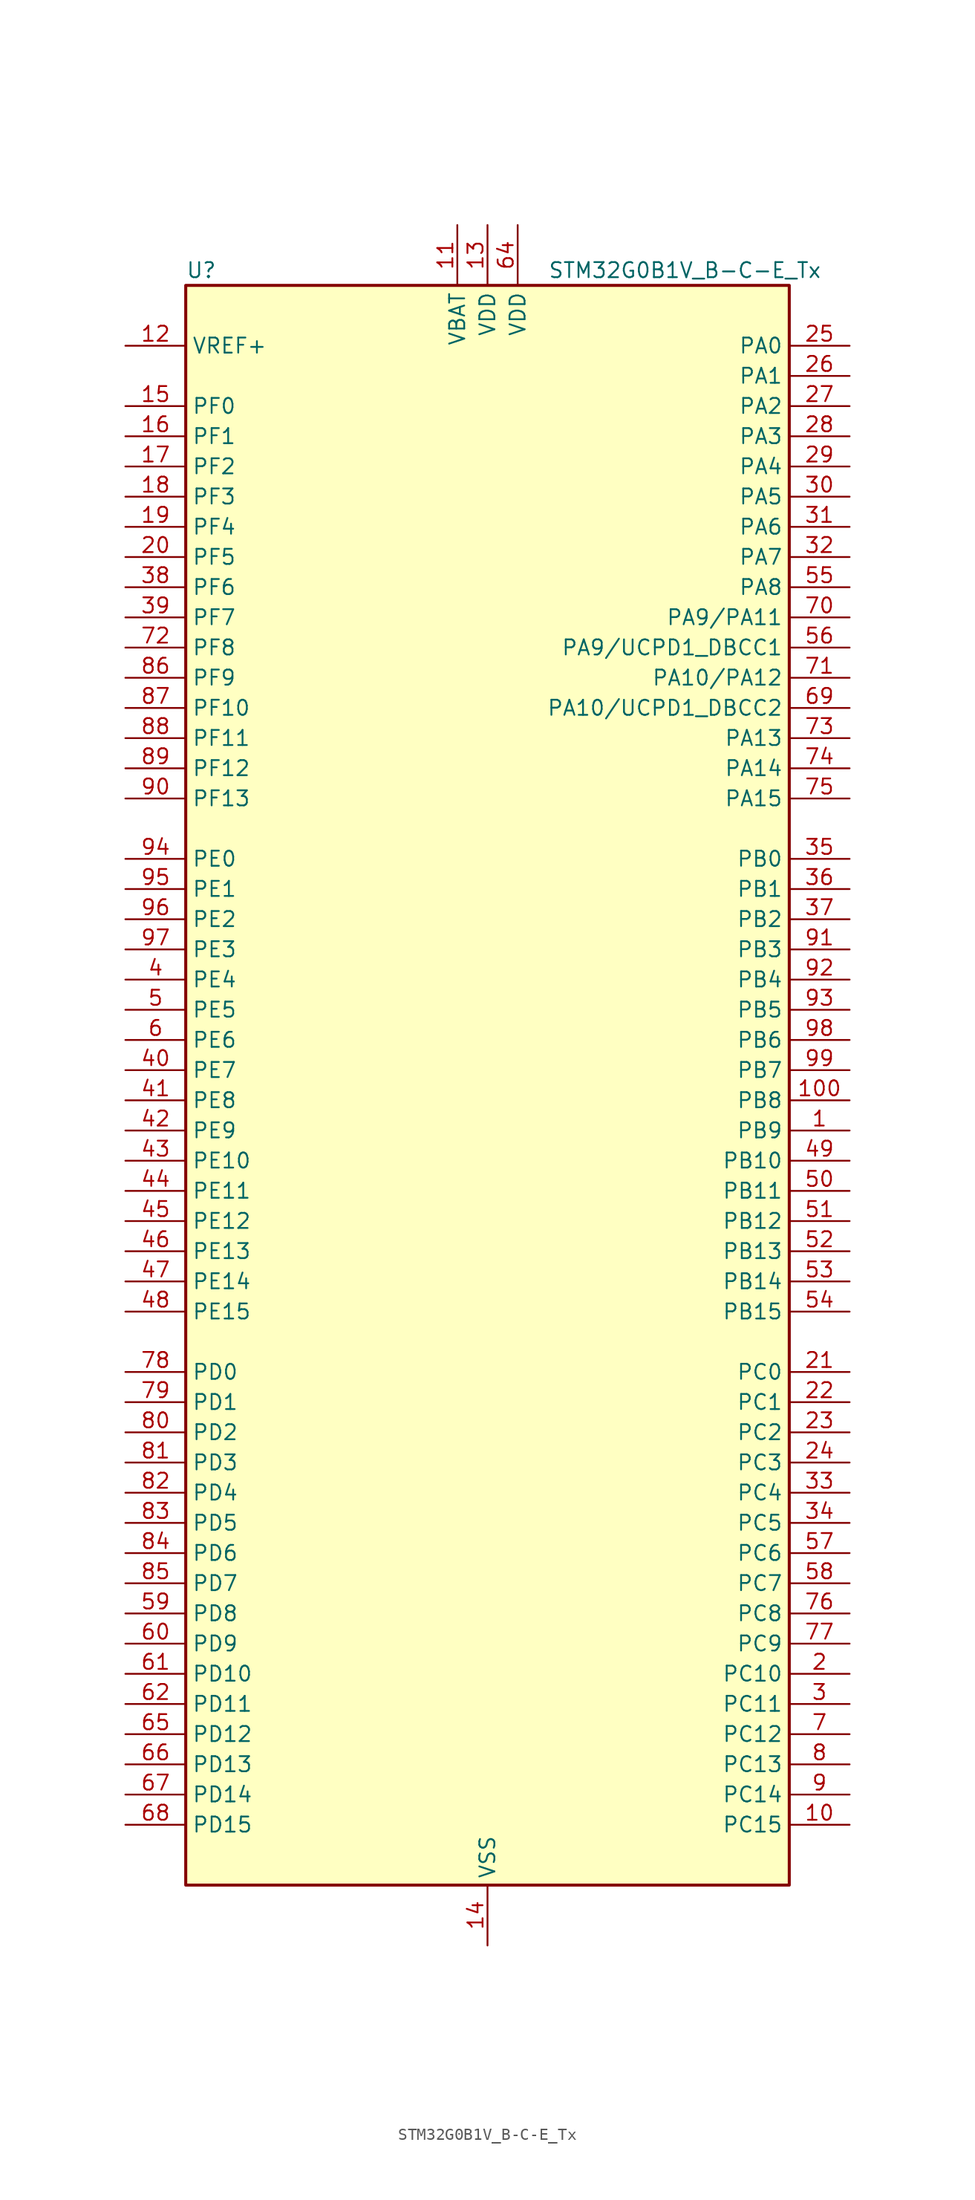
<source format=kicad_sym>
(kicad_symbol_lib
  (version 20231120)
  (generator "kicad-library-utils")
  (generator_version "8.0")
  (symbol "STM32G0B1V_B-C-E_Tx"
    (property "Reference" "U"
      (at -25.4 69.85 0)
      (effects (font (size 1.27 1.27)) (justify left)))
    (property "Value" "STM32G0B1V_B-C-E_Tx"
      (at 5.08 69.85 0)
      (effects (font (size 1.27 1.27)) (justify left)))
    (symbol "STM32G0B1V_B-C-E_Tx_0_1"
      (rectangle (start -25.4 -66.04) (end 25.4 68.58) (stroke (width 0.254) (type default)) (fill (type background))))
    (symbol "STM32G0B1V_B-C-E_Tx_1_1"
      (pin bidirectional line (at 30.48 -2.54 180) (length 5.08) (name "PB9" (effects (font (size 1.27 1.27)))) (number "1" (effects (font (size 1.27 1.27)))) (alternate "DAC1_EXTI9" bidirectional line) (alternate "FDCAN1_TX" bidirectional line) (alternate "I2C1_SDA" bidirectional line) (alternate "I2S2_WS" bidirectional line) (alternate "IR_OUT" bidirectional line) (alternate "SPI2_NSS" bidirectional line) (alternate "TIM17_CH1" bidirectional line) (alternate "TIM4_CH4" bidirectional line) (alternate "UCPD2_FRSTX1" bidirectional line) (alternate "UCPD2_FRSTX2" bidirectional line) (alternate "USART3_RX" bidirectional line) (alternate "USART6_RX" bidirectional line))
      (pin bidirectional line (at 30.48 -60.96 180) (length 5.08) (name "PC15" (effects (font (size 1.27 1.27)))) (number "10" (effects (font (size 1.27 1.27)))) (alternate "RCC_OSC32_EN" bidirectional line) (alternate "RCC_OSC32_OUT" bidirectional line) (alternate "RCC_OSC_EN" bidirectional line) (alternate "TIM15_BK" bidirectional line))
      (pin bidirectional line (at 30.48 0 180) (length 5.08) (name "PB8" (effects (font (size 1.27 1.27)))) (number "100" (effects (font (size 1.27 1.27)))) (alternate "CEC" bidirectional line) (alternate "FDCAN1_RX" bidirectional line) (alternate "I2C1_SCL" bidirectional line) (alternate "I2S2_CK" bidirectional line) (alternate "SPI2_SCK" bidirectional line) (alternate "TIM15_BK" bidirectional line) (alternate "TIM16_CH1" bidirectional line) (alternate "TIM4_CH3" bidirectional line) (alternate "USART3_TX" bidirectional line) (alternate "USART6_TX" bidirectional line))
      (pin power_in line (at -2.54 73.66 270) (length 5.08) (name "VBAT" (effects (font (size 1.27 1.27)))) (number "11" (effects (font (size 1.27 1.27)))))
      (pin input line (at -30.48 63.5 0) (length 5.08) (name "VREF+" (effects (font (size 1.27 1.27)))) (number "12" (effects (font (size 1.27 1.27)))) (alternate "VREFBUF_OUT" bidirectional line))
      (pin power_in line (at 0 73.66 270) (length 5.08) (name "VDD" (effects (font (size 1.27 1.27)))) (number "13" (effects (font (size 1.27 1.27)))))
      (pin power_in line (at 0 -71.12 90) (length 5.08) (name "VSS" (effects (font (size 1.27 1.27)))) (number "14" (effects (font (size 1.27 1.27)))))
      (pin bidirectional line (at -30.48 58.42 0) (length 5.08) (name "PF0" (effects (font (size 1.27 1.27)))) (number "15" (effects (font (size 1.27 1.27)))) (alternate "CRS1_SYNC" bidirectional line) (alternate "RCC_OSC_IN" bidirectional line) (alternate "TIM14_CH1" bidirectional line))
      (pin bidirectional line (at -30.48 55.88 0) (length 5.08) (name "PF1" (effects (font (size 1.27 1.27)))) (number "16" (effects (font (size 1.27 1.27)))) (alternate "RCC_OSC_EN" bidirectional line) (alternate "RCC_OSC_OUT" bidirectional line) (alternate "TIM15_CH1N" bidirectional line))
      (pin bidirectional line (at -30.48 53.34 0) (length 5.08) (name "PF2" (effects (font (size 1.27 1.27)))) (number "17" (effects (font (size 1.27 1.27)))) (alternate "LPUART2_DE" bidirectional line) (alternate "LPUART2_RTS" bidirectional line) (alternate "LPUART2_TX" bidirectional line) (alternate "RCC_MCO" bidirectional line))
      (pin bidirectional line (at -30.48 50.8 0) (length 5.08) (name "PF3" (effects (font (size 1.27 1.27)))) (number "18" (effects (font (size 1.27 1.27)))) (alternate "LPUART2_RX" bidirectional line) (alternate "USART6_CK" bidirectional line) (alternate "USART6_DE" bidirectional line) (alternate "USART6_RTS" bidirectional line))
      (pin bidirectional line (at -30.48 48.26 0) (length 5.08) (name "PF4" (effects (font (size 1.27 1.27)))) (number "19" (effects (font (size 1.27 1.27)))) (alternate "LPUART1_TX" bidirectional line))
      (pin bidirectional line (at 30.48 -48.26 180) (length 5.08) (name "PC10" (effects (font (size 1.27 1.27)))) (number "2" (effects (font (size 1.27 1.27)))) (alternate "SPI3_SCK" bidirectional line) (alternate "TIM1_CH3" bidirectional line) (alternate "USART3_TX" bidirectional line) (alternate "USART4_TX" bidirectional line))
      (pin bidirectional line (at -30.48 45.72 0) (length 5.08) (name "PF5" (effects (font (size 1.27 1.27)))) (number "20" (effects (font (size 1.27 1.27)))) (alternate "LPUART1_RX" bidirectional line))
      (pin bidirectional line (at 30.48 -22.86 180) (length 5.08) (name "PC0" (effects (font (size 1.27 1.27)))) (number "21" (effects (font (size 1.27 1.27)))) (alternate "COMP3_INM" bidirectional line) (alternate "COMP3_OUT" bidirectional line) (alternate "I2C3_SCL" bidirectional line) (alternate "LPTIM1_IN1" bidirectional line) (alternate "LPTIM2_IN1" bidirectional line) (alternate "LPUART1_RX" bidirectional line) (alternate "LPUART2_TX" bidirectional line) (alternate "USART6_TX" bidirectional line))
      (pin bidirectional line (at 30.48 -25.4 180) (length 5.08) (name "PC1" (effects (font (size 1.27 1.27)))) (number "22" (effects (font (size 1.27 1.27)))) (alternate "COMP3_INP" bidirectional line) (alternate "I2C3_SDA" bidirectional line) (alternate "LPTIM1_OUT" bidirectional line) (alternate "LPUART1_TX" bidirectional line) (alternate "LPUART2_RX" bidirectional line) (alternate "TIM15_CH1" bidirectional line) (alternate "USART6_RX" bidirectional line))
      (pin bidirectional line (at 30.48 -27.94 180) (length 5.08) (name "PC2" (effects (font (size 1.27 1.27)))) (number "23" (effects (font (size 1.27 1.27)))) (alternate "COMP3_OUT" bidirectional line) (alternate "FDCAN2_RX" bidirectional line) (alternate "I2S2_MCK" bidirectional line) (alternate "LPTIM1_IN2" bidirectional line) (alternate "SPI2_MISO" bidirectional line) (alternate "TIM15_CH2" bidirectional line))
      (pin bidirectional line (at 30.48 -30.48 180) (length 5.08) (name "PC3" (effects (font (size 1.27 1.27)))) (number "24" (effects (font (size 1.27 1.27)))) (alternate "FDCAN2_TX" bidirectional line) (alternate "I2S2_SD" bidirectional line) (alternate "LPTIM1_ETR" bidirectional line) (alternate "LPTIM2_ETR" bidirectional line) (alternate "SPI2_MOSI" bidirectional line))
      (pin bidirectional line (at 30.48 63.5 180) (length 5.08) (name "PA0" (effects (font (size 1.27 1.27)))) (number "25" (effects (font (size 1.27 1.27)))) (alternate "ADC1_IN0" bidirectional line) (alternate "COMP1_INM" bidirectional line) (alternate "COMP1_OUT" bidirectional line) (alternate "I2S2_CK" bidirectional line) (alternate "LPTIM1_OUT" bidirectional line) (alternate "RTC_TAMP_IN2" bidirectional line) (alternate "SPI2_SCK" bidirectional line) (alternate "SYS_WKUP1" bidirectional line) (alternate "TIM2_CH1" bidirectional line) (alternate "TIM2_ETR" bidirectional line) (alternate "UCPD2_FRSTX1" bidirectional line) (alternate "UCPD2_FRSTX2" bidirectional line) (alternate "USART2_CTS" bidirectional line) (alternate "USART2_NSS" bidirectional line) (alternate "USART4_TX" bidirectional line))
      (pin bidirectional line (at 30.48 60.96 180) (length 5.08) (name "PA1" (effects (font (size 1.27 1.27)))) (number "26" (effects (font (size 1.27 1.27)))) (alternate "ADC1_IN1" bidirectional line) (alternate "COMP1_INP" bidirectional line) (alternate "I2C1_SMBA" bidirectional line) (alternate "I2S1_CK" bidirectional line) (alternate "SPI1_SCK" bidirectional line) (alternate "TIM15_CH1N" bidirectional line) (alternate "TIM2_CH2" bidirectional line) (alternate "USART2_CK" bidirectional line) (alternate "USART2_DE" bidirectional line) (alternate "USART2_RTS" bidirectional line) (alternate "USART4_RX" bidirectional line))
      (pin bidirectional line (at 30.48 58.42 180) (length 5.08) (name "PA2" (effects (font (size 1.27 1.27)))) (number "27" (effects (font (size 1.27 1.27)))) (alternate "ADC1_IN2" bidirectional line) (alternate "COMP2_INM" bidirectional line) (alternate "COMP2_OUT" bidirectional line) (alternate "I2S1_SD" bidirectional line) (alternate "LPUART1_TX" bidirectional line) (alternate "RCC_LSCO" bidirectional line) (alternate "SPI1_MOSI" bidirectional line) (alternate "SYS_WKUP4" bidirectional line) (alternate "TIM15_CH1" bidirectional line) (alternate "TIM2_CH3" bidirectional line) (alternate "UCPD1_FRSTX1" bidirectional line) (alternate "UCPD1_FRSTX2" bidirectional line) (alternate "USART2_TX" bidirectional line))
      (pin bidirectional line (at 30.48 55.88 180) (length 5.08) (name "PA3" (effects (font (size 1.27 1.27)))) (number "28" (effects (font (size 1.27 1.27)))) (alternate "ADC1_IN3" bidirectional line) (alternate "COMP2_INP" bidirectional line) (alternate "I2S2_MCK" bidirectional line) (alternate "LPUART1_RX" bidirectional line) (alternate "SPI2_MISO" bidirectional line) (alternate "TIM15_CH2" bidirectional line) (alternate "TIM2_CH4" bidirectional line) (alternate "UCPD2_FRSTX1" bidirectional line) (alternate "UCPD2_FRSTX2" bidirectional line) (alternate "USART2_RX" bidirectional line))
      (pin bidirectional line (at 30.48 53.34 180) (length 5.08) (name "PA4" (effects (font (size 1.27 1.27)))) (number "29" (effects (font (size 1.27 1.27)))) (alternate "ADC1_IN4" bidirectional line) (alternate "DAC1_OUT1" bidirectional line) (alternate "I2S1_WS" bidirectional line) (alternate "I2S2_SD" bidirectional line) (alternate "LPTIM2_OUT" bidirectional line) (alternate "RTC_OUT2" bidirectional line) (alternate "SPI1_NSS" bidirectional line) (alternate "SPI2_MOSI" bidirectional line) (alternate "SPI3_NSS" bidirectional line) (alternate "TIM14_CH1" bidirectional line) (alternate "UCPD2_FRSTX1" bidirectional line) (alternate "UCPD2_FRSTX2" bidirectional line) (alternate "USART6_TX" bidirectional line) (alternate "USB_NOE" bidirectional line))
      (pin bidirectional line (at 30.48 -50.8 180) (length 5.08) (name "PC11" (effects (font (size 1.27 1.27)))) (number "3" (effects (font (size 1.27 1.27)))) (alternate "ADC1_EXTI11" bidirectional line) (alternate "SPI3_MISO" bidirectional line) (alternate "TIM1_CH4" bidirectional line) (alternate "USART3_RX" bidirectional line) (alternate "USART4_RX" bidirectional line))
      (pin bidirectional line (at 30.48 50.8 180) (length 5.08) (name "PA5" (effects (font (size 1.27 1.27)))) (number "30" (effects (font (size 1.27 1.27)))) (alternate "ADC1_IN5" bidirectional line) (alternate "CEC" bidirectional line) (alternate "DAC1_OUT2" bidirectional line) (alternate "I2S1_CK" bidirectional line) (alternate "LPTIM2_ETR" bidirectional line) (alternate "SPI1_SCK" bidirectional line) (alternate "TIM2_CH1" bidirectional line) (alternate "TIM2_ETR" bidirectional line) (alternate "UCPD1_FRSTX1" bidirectional line) (alternate "UCPD1_FRSTX2" bidirectional line) (alternate "USART3_TX" bidirectional line) (alternate "USART6_RX" bidirectional line))
      (pin bidirectional line (at 30.48 48.26 180) (length 5.08) (name "PA6" (effects (font (size 1.27 1.27)))) (number "31" (effects (font (size 1.27 1.27)))) (alternate "ADC1_IN6" bidirectional line) (alternate "COMP1_OUT" bidirectional line) (alternate "I2C2_SDA" bidirectional line) (alternate "I2C3_SDA" bidirectional line) (alternate "I2S1_MCK" bidirectional line) (alternate "LPUART1_CTS" bidirectional line) (alternate "SPI1_MISO" bidirectional line) (alternate "TIM16_CH1" bidirectional line) (alternate "TIM1_BK" bidirectional line) (alternate "TIM3_CH1" bidirectional line) (alternate "USART3_CTS" bidirectional line) (alternate "USART3_NSS" bidirectional line) (alternate "USART6_CTS" bidirectional line) (alternate "USART6_NSS" bidirectional line))
      (pin bidirectional line (at 30.48 45.72 180) (length 5.08) (name "PA7" (effects (font (size 1.27 1.27)))) (number "32" (effects (font (size 1.27 1.27)))) (alternate "ADC1_IN7" bidirectional line) (alternate "COMP2_OUT" bidirectional line) (alternate "I2C2_SCL" bidirectional line) (alternate "I2C3_SCL" bidirectional line) (alternate "I2S1_SD" bidirectional line) (alternate "SPI1_MOSI" bidirectional line) (alternate "TIM14_CH1" bidirectional line) (alternate "TIM17_CH1" bidirectional line) (alternate "TIM1_CH1N" bidirectional line) (alternate "TIM3_CH2" bidirectional line) (alternate "UCPD1_FRSTX1" bidirectional line) (alternate "UCPD1_FRSTX2" bidirectional line) (alternate "USART6_CK" bidirectional line) (alternate "USART6_DE" bidirectional line) (alternate "USART6_RTS" bidirectional line))
      (pin bidirectional line (at 30.48 -33.02 180) (length 5.08) (name "PC4" (effects (font (size 1.27 1.27)))) (number "33" (effects (font (size 1.27 1.27)))) (alternate "ADC1_IN17" bidirectional line) (alternate "COMP1_INM" bidirectional line) (alternate "FDCAN1_RX" bidirectional line) (alternate "TIM2_CH1" bidirectional line) (alternate "TIM2_ETR" bidirectional line) (alternate "USART1_TX" bidirectional line) (alternate "USART3_TX" bidirectional line))
      (pin bidirectional line (at 30.48 -35.56 180) (length 5.08) (name "PC5" (effects (font (size 1.27 1.27)))) (number "34" (effects (font (size 1.27 1.27)))) (alternate "ADC1_IN18" bidirectional line) (alternate "COMP1_INP" bidirectional line) (alternate "FDCAN1_TX" bidirectional line) (alternate "SYS_WKUP5" bidirectional line) (alternate "TIM2_CH2" bidirectional line) (alternate "USART1_RX" bidirectional line) (alternate "USART3_RX" bidirectional line))
      (pin bidirectional line (at 30.48 20.32 180) (length 5.08) (name "PB0" (effects (font (size 1.27 1.27)))) (number "35" (effects (font (size 1.27 1.27)))) (alternate "ADC1_IN8" bidirectional line) (alternate "COMP1_OUT" bidirectional line) (alternate "COMP3_INP" bidirectional line) (alternate "FDCAN2_RX" bidirectional line) (alternate "I2S1_WS" bidirectional line) (alternate "LPTIM1_OUT" bidirectional line) (alternate "LPUART2_CTS" bidirectional line) (alternate "SPI1_NSS" bidirectional line) (alternate "TIM1_CH2N" bidirectional line) (alternate "TIM3_CH3" bidirectional line) (alternate "UCPD1_FRSTX1" bidirectional line) (alternate "UCPD1_FRSTX2" bidirectional line) (alternate "USART3_RX" bidirectional line) (alternate "USART5_TX" bidirectional line))
      (pin bidirectional line (at 30.48 17.78 180) (length 5.08) (name "PB1" (effects (font (size 1.27 1.27)))) (number "36" (effects (font (size 1.27 1.27)))) (alternate "ADC1_IN9" bidirectional line) (alternate "COMP1_INM" bidirectional line) (alternate "COMP3_OUT" bidirectional line) (alternate "FDCAN2_TX" bidirectional line) (alternate "LPTIM2_IN1" bidirectional line) (alternate "LPUART1_DE" bidirectional line) (alternate "LPUART1_RTS" bidirectional line) (alternate "LPUART2_DE" bidirectional line) (alternate "LPUART2_RTS" bidirectional line) (alternate "TIM14_CH1" bidirectional line) (alternate "TIM1_CH3N" bidirectional line) (alternate "TIM3_CH4" bidirectional line) (alternate "USART3_CK" bidirectional line) (alternate "USART3_DE" bidirectional line) (alternate "USART3_RTS" bidirectional line) (alternate "USART5_RX" bidirectional line))
      (pin bidirectional line (at 30.48 15.24 180) (length 5.08) (name "PB2" (effects (font (size 1.27 1.27)))) (number "37" (effects (font (size 1.27 1.27)))) (alternate "ADC1_IN10" bidirectional line) (alternate "COMP1_INP" bidirectional line) (alternate "COMP3_INM" bidirectional line) (alternate "I2S2_MCK" bidirectional line) (alternate "LPTIM1_OUT" bidirectional line) (alternate "RCC_MCO_2" bidirectional line) (alternate "SPI2_MISO" bidirectional line) (alternate "USART3_TX" bidirectional line))
      (pin bidirectional line (at -30.48 43.18 0) (length 5.08) (name "PF6" (effects (font (size 1.27 1.27)))) (number "38" (effects (font (size 1.27 1.27)))) (alternate "LPUART1_DE" bidirectional line) (alternate "LPUART1_RTS" bidirectional line))
      (pin bidirectional line (at -30.48 40.64 0) (length 5.08) (name "PF7" (effects (font (size 1.27 1.27)))) (number "39" (effects (font (size 1.27 1.27)))) (alternate "LPUART1_CTS" bidirectional line) (alternate "USART5_CTS" bidirectional line) (alternate "USART5_NSS" bidirectional line))
      (pin bidirectional line (at -30.48 10.16 0) (length 5.08) (name "PE4" (effects (font (size 1.27 1.27)))) (number "4" (effects (font (size 1.27 1.27)))) (alternate "TIM3_CH2" bidirectional line))
      (pin bidirectional line (at -30.48 2.54 0) (length 5.08) (name "PE7" (effects (font (size 1.27 1.27)))) (number "40" (effects (font (size 1.27 1.27)))) (alternate "COMP3_INP" bidirectional line) (alternate "TIM1_ETR" bidirectional line) (alternate "USART5_CK" bidirectional line) (alternate "USART5_DE" bidirectional line) (alternate "USART5_RTS" bidirectional line))
      (pin bidirectional line (at -30.48 0 0) (length 5.08) (name "PE8" (effects (font (size 1.27 1.27)))) (number "41" (effects (font (size 1.27 1.27)))) (alternate "COMP3_INM" bidirectional line) (alternate "TIM1_CH1N" bidirectional line) (alternate "USART4_TX" bidirectional line))
      (pin bidirectional line (at -30.48 -2.54 0) (length 5.08) (name "PE9" (effects (font (size 1.27 1.27)))) (number "42" (effects (font (size 1.27 1.27)))) (alternate "DAC1_EXTI9" bidirectional line) (alternate "TIM1_CH1" bidirectional line) (alternate "USART4_RX" bidirectional line))
      (pin bidirectional line (at -30.48 -5.08 0) (length 5.08) (name "PE10" (effects (font (size 1.27 1.27)))) (number "43" (effects (font (size 1.27 1.27)))) (alternate "TIM1_CH2N" bidirectional line) (alternate "USART5_TX" bidirectional line))
      (pin bidirectional line (at -30.48 -7.62 0) (length 5.08) (name "PE11" (effects (font (size 1.27 1.27)))) (number "44" (effects (font (size 1.27 1.27)))) (alternate "ADC1_EXTI11" bidirectional line) (alternate "TIM1_CH2" bidirectional line) (alternate "USART5_RX" bidirectional line))
      (pin bidirectional line (at -30.48 -10.16 0) (length 5.08) (name "PE12" (effects (font (size 1.27 1.27)))) (number "45" (effects (font (size 1.27 1.27)))) (alternate "I2S1_WS" bidirectional line) (alternate "SPI1_NSS" bidirectional line) (alternate "TIM1_CH3N" bidirectional line))
      (pin bidirectional line (at -30.48 -12.7 0) (length 5.08) (name "PE13" (effects (font (size 1.27 1.27)))) (number "46" (effects (font (size 1.27 1.27)))) (alternate "I2S1_CK" bidirectional line) (alternate "SPI1_SCK" bidirectional line) (alternate "TIM1_CH3" bidirectional line))
      (pin bidirectional line (at -30.48 -15.24 0) (length 5.08) (name "PE14" (effects (font (size 1.27 1.27)))) (number "47" (effects (font (size 1.27 1.27)))) (alternate "I2S1_MCK" bidirectional line) (alternate "SPI1_MISO" bidirectional line) (alternate "TIM1_BK2" bidirectional line) (alternate "TIM1_CH4" bidirectional line))
      (pin bidirectional line (at -30.48 -17.78 0) (length 5.08) (name "PE15" (effects (font (size 1.27 1.27)))) (number "48" (effects (font (size 1.27 1.27)))) (alternate "I2S1_SD" bidirectional line) (alternate "SPI1_MOSI" bidirectional line) (alternate "TIM1_BK" bidirectional line))
      (pin bidirectional line (at 30.48 -5.08 180) (length 5.08) (name "PB10" (effects (font (size 1.27 1.27)))) (number "49" (effects (font (size 1.27 1.27)))) (alternate "ADC1_IN11" bidirectional line) (alternate "CEC" bidirectional line) (alternate "COMP1_OUT" bidirectional line) (alternate "I2C2_SCL" bidirectional line) (alternate "I2S2_CK" bidirectional line) (alternate "LPUART1_RX" bidirectional line) (alternate "SPI2_SCK" bidirectional line) (alternate "TIM2_CH3" bidirectional line) (alternate "USART3_TX" bidirectional line))
      (pin bidirectional line (at -30.48 7.62 0) (length 5.08) (name "PE5" (effects (font (size 1.27 1.27)))) (number "5" (effects (font (size 1.27 1.27)))) (alternate "TIM3_CH3" bidirectional line))
      (pin bidirectional line (at 30.48 -7.62 180) (length 5.08) (name "PB11" (effects (font (size 1.27 1.27)))) (number "50" (effects (font (size 1.27 1.27)))) (alternate "ADC1_EXTI11" bidirectional line) (alternate "ADC1_IN15" bidirectional line) (alternate "COMP2_OUT" bidirectional line) (alternate "I2C2_SDA" bidirectional line) (alternate "I2S2_SD" bidirectional line) (alternate "LPUART1_TX" bidirectional line) (alternate "SPI2_MOSI" bidirectional line) (alternate "TIM2_CH4" bidirectional line) (alternate "USART3_RX" bidirectional line))
      (pin bidirectional line (at 30.48 -10.16 180) (length 5.08) (name "PB12" (effects (font (size 1.27 1.27)))) (number "51" (effects (font (size 1.27 1.27)))) (alternate "ADC1_IN16" bidirectional line) (alternate "FDCAN2_RX" bidirectional line) (alternate "I2C2_SMBA" bidirectional line) (alternate "I2S2_WS" bidirectional line) (alternate "LPUART1_DE" bidirectional line) (alternate "LPUART1_RTS" bidirectional line) (alternate "SPI2_NSS" bidirectional line) (alternate "TIM15_BK" bidirectional line) (alternate "TIM1_BK" bidirectional line) (alternate "UCPD2_FRSTX1" bidirectional line) (alternate "UCPD2_FRSTX2" bidirectional line))
      (pin bidirectional line (at 30.48 -12.7 180) (length 5.08) (name "PB13" (effects (font (size 1.27 1.27)))) (number "52" (effects (font (size 1.27 1.27)))) (alternate "FDCAN2_TX" bidirectional line) (alternate "I2C2_SCL" bidirectional line) (alternate "I2S2_CK" bidirectional line) (alternate "LPUART1_CTS" bidirectional line) (alternate "SPI2_SCK" bidirectional line) (alternate "TIM15_CH1N" bidirectional line) (alternate "TIM1_CH1N" bidirectional line) (alternate "USART3_CTS" bidirectional line) (alternate "USART3_NSS" bidirectional line))
      (pin bidirectional line (at 30.48 -15.24 180) (length 5.08) (name "PB14" (effects (font (size 1.27 1.27)))) (number "53" (effects (font (size 1.27 1.27)))) (alternate "I2C2_SDA" bidirectional line) (alternate "I2S2_MCK" bidirectional line) (alternate "SPI2_MISO" bidirectional line) (alternate "TIM15_CH1" bidirectional line) (alternate "TIM1_CH2N" bidirectional line) (alternate "UCPD1_FRSTX1" bidirectional line) (alternate "UCPD1_FRSTX2" bidirectional line) (alternate "USART3_CK" bidirectional line) (alternate "USART3_DE" bidirectional line) (alternate "USART3_RTS" bidirectional line) (alternate "USART6_CK" bidirectional line) (alternate "USART6_DE" bidirectional line) (alternate "USART6_RTS" bidirectional line))
      (pin bidirectional line (at 30.48 -17.78 180) (length 5.08) (name "PB15" (effects (font (size 1.27 1.27)))) (number "54" (effects (font (size 1.27 1.27)))) (alternate "I2S2_SD" bidirectional line) (alternate "RTC_REFIN" bidirectional line) (alternate "SPI2_MOSI" bidirectional line) (alternate "TIM15_CH1N" bidirectional line) (alternate "TIM15_CH2" bidirectional line) (alternate "TIM1_CH3N" bidirectional line) (alternate "UCPD1_CC2" bidirectional line) (alternate "USART6_CTS" bidirectional line) (alternate "USART6_NSS" bidirectional line))
      (pin bidirectional line (at 30.48 43.18 180) (length 5.08) (name "PA8" (effects (font (size 1.27 1.27)))) (number "55" (effects (font (size 1.27 1.27)))) (alternate "CRS1_SYNC" bidirectional line) (alternate "I2C2_SMBA" bidirectional line) (alternate "I2S2_WS" bidirectional line) (alternate "LPTIM2_OUT" bidirectional line) (alternate "RCC_MCO" bidirectional line) (alternate "SPI2_NSS" bidirectional line) (alternate "TIM1_CH1" bidirectional line) (alternate "UCPD1_CC1" bidirectional line))
      (pin bidirectional line (at 30.48 38.1 180) (length 5.08) (name "PA9/UCPD1_DBCC1" (effects (font (size 1.27 1.27)))) (number "56" (effects (font (size 1.27 1.27)))) (alternate "PA9" bidirectional line) (alternate "DAC1_EXTI9 (PA9)" bidirectional line) (alternate "I2C1_SCL (PA9)" bidirectional line) (alternate "I2C2_SCL (PA9)" bidirectional line) (alternate "I2S2_MCK (PA9)" bidirectional line) (alternate "RCC_MCO (PA9)" bidirectional line) (alternate "SPI2_MISO (PA9)" bidirectional line) (alternate "TIM15_BK (PA9)" bidirectional line) (alternate "TIM1_CH2 (PA9)" bidirectional line) (alternate "UCPD1_DBCC1 (PA9)" bidirectional line) (alternate "USART1_TX (PA9)" bidirectional line) (alternate "UCPD1_DBCC1" bidirectional line) (alternate "UCPD1_DBCC1 (UCPD1_DBCC1)" bidirectional line))
      (pin bidirectional line (at 30.48 -38.1 180) (length 5.08) (name "PC6" (effects (font (size 1.27 1.27)))) (number "57" (effects (font (size 1.27 1.27)))) (alternate "LPUART2_TX" bidirectional line) (alternate "TIM2_CH3" bidirectional line) (alternate "TIM3_CH1" bidirectional line) (alternate "UCPD1_FRSTX1" bidirectional line) (alternate "UCPD1_FRSTX2" bidirectional line))
      (pin bidirectional line (at 30.48 -40.64 180) (length 5.08) (name "PC7" (effects (font (size 1.27 1.27)))) (number "58" (effects (font (size 1.27 1.27)))) (alternate "LPUART2_RX" bidirectional line) (alternate "TIM2_CH4" bidirectional line) (alternate "TIM3_CH2" bidirectional line) (alternate "UCPD2_FRSTX1" bidirectional line) (alternate "UCPD2_FRSTX2" bidirectional line))
      (pin bidirectional line (at -30.48 -43.18 0) (length 5.08) (name "PD8" (effects (font (size 1.27 1.27)))) (number "59" (effects (font (size 1.27 1.27)))) (alternate "I2S1_CK" bidirectional line) (alternate "LPTIM1_OUT" bidirectional line) (alternate "SPI1_SCK" bidirectional line) (alternate "USART3_TX" bidirectional line))
      (pin bidirectional line (at -30.48 5.08 0) (length 5.08) (name "PE6" (effects (font (size 1.27 1.27)))) (number "6" (effects (font (size 1.27 1.27)))) (alternate "RTC_TAMP_IN3" bidirectional line) (alternate "SYS_WKUP3" bidirectional line) (alternate "TIM3_CH4" bidirectional line))
      (pin bidirectional line (at -30.48 -45.72 0) (length 5.08) (name "PD9" (effects (font (size 1.27 1.27)))) (number "60" (effects (font (size 1.27 1.27)))) (alternate "DAC1_EXTI9" bidirectional line) (alternate "I2S1_WS" bidirectional line) (alternate "SPI1_NSS" bidirectional line) (alternate "TIM1_BK2" bidirectional line) (alternate "USART3_RX" bidirectional line))
      (pin bidirectional line (at -30.48 -48.26 0) (length 5.08) (name "PD10" (effects (font (size 1.27 1.27)))) (number "61" (effects (font (size 1.27 1.27)))) (alternate "RCC_MCO" bidirectional line))
      (pin bidirectional line (at -30.48 -50.8 0) (length 5.08) (name "PD11" (effects (font (size 1.27 1.27)))) (number "62" (effects (font (size 1.27 1.27)))) (alternate "ADC1_EXTI11" bidirectional line) (alternate "LPTIM2_ETR" bidirectional line) (alternate "USART3_CTS" bidirectional line) (alternate "USART3_NSS" bidirectional line))
      (pin passive line (at 0 -71.12 90) (length 5.08) hide (name "VSS" (effects (font (size 1.27 1.27)))) (number "63" (effects (font (size 1.27 1.27)))))
      (pin power_in line (at 2.54 73.66 270) (length 5.08) (name "VDD" (effects (font (size 1.27 1.27)))) (number "64" (effects (font (size 1.27 1.27)))))
      (pin bidirectional line (at -30.48 -53.34 0) (length 5.08) (name "PD12" (effects (font (size 1.27 1.27)))) (number "65" (effects (font (size 1.27 1.27)))) (alternate "FDCAN1_RX" bidirectional line) (alternate "LPTIM2_IN1" bidirectional line) (alternate "TIM4_CH1" bidirectional line) (alternate "USART3_CK" bidirectional line) (alternate "USART3_DE" bidirectional line) (alternate "USART3_RTS" bidirectional line))
      (pin bidirectional line (at -30.48 -55.88 0) (length 5.08) (name "PD13" (effects (font (size 1.27 1.27)))) (number "66" (effects (font (size 1.27 1.27)))) (alternate "FDCAN1_TX" bidirectional line) (alternate "LPTIM2_OUT" bidirectional line) (alternate "TIM4_CH2" bidirectional line))
      (pin bidirectional line (at -30.48 -58.42 0) (length 5.08) (name "PD14" (effects (font (size 1.27 1.27)))) (number "67" (effects (font (size 1.27 1.27)))) (alternate "FDCAN2_RX" bidirectional line) (alternate "LPUART2_CTS" bidirectional line) (alternate "TIM4_CH3" bidirectional line))
      (pin bidirectional line (at -30.48 -60.96 0) (length 5.08) (name "PD15" (effects (font (size 1.27 1.27)))) (number "68" (effects (font (size 1.27 1.27)))) (alternate "CRS1_SYNC" bidirectional line) (alternate "FDCAN2_TX" bidirectional line) (alternate "LPUART2_DE" bidirectional line) (alternate "LPUART2_RTS" bidirectional line) (alternate "TIM4_CH4" bidirectional line))
      (pin bidirectional line (at 30.48 33.02 180) (length 5.08) (name "PA10/UCPD1_DBCC2" (effects (font (size 1.27 1.27)))) (number "69" (effects (font (size 1.27 1.27)))) (alternate "PA10" bidirectional line) (alternate "I2C1_SDA (PA10)" bidirectional line) (alternate "I2C2_SDA (PA10)" bidirectional line) (alternate "I2S2_SD (PA10)" bidirectional line) (alternate "RCC_MCO_2 (PA10)" bidirectional line) (alternate "SPI2_MOSI (PA10)" bidirectional line) (alternate "TIM17_BK (PA10)" bidirectional line) (alternate "TIM1_CH3 (PA10)" bidirectional line) (alternate "UCPD1_DBCC2 (PA10)" bidirectional line) (alternate "USART1_RX (PA10)" bidirectional line) (alternate "UCPD1_DBCC2" bidirectional line) (alternate "UCPD1_DBCC2 (UCPD1_DBCC2)" bidirectional line))
      (pin bidirectional line (at 30.48 -53.34 180) (length 5.08) (name "PC12" (effects (font (size 1.27 1.27)))) (number "7" (effects (font (size 1.27 1.27)))) (alternate "LPTIM1_IN1" bidirectional line) (alternate "SPI3_MOSI" bidirectional line) (alternate "TIM14_CH1" bidirectional line) (alternate "UCPD1_FRSTX1" bidirectional line) (alternate "UCPD1_FRSTX2" bidirectional line) (alternate "USART5_TX" bidirectional line))
      (pin bidirectional line (at 30.48 40.64 180) (length 5.08) (name "PA9/PA11" (effects (font (size 1.27 1.27)))) (number "70" (effects (font (size 1.27 1.27)))) (alternate "PA9" bidirectional line) (alternate "DAC1_EXTI9 (PA9)" bidirectional line) (alternate "I2C1_SCL (PA9)" bidirectional line) (alternate "I2C2_SCL (PA9)" bidirectional line) (alternate "I2S2_MCK (PA9)" bidirectional line) (alternate "RCC_MCO (PA9)" bidirectional line) (alternate "SPI2_MISO (PA9)" bidirectional line) (alternate "TIM15_BK (PA9)" bidirectional line) (alternate "TIM1_CH2 (PA9)" bidirectional line) (alternate "UCPD1_DBCC1 (PA9)" bidirectional line) (alternate "USART1_TX (PA9)" bidirectional line) (alternate "PA11" bidirectional line) (alternate "ADC1_EXTI11 (PA11)" bidirectional line) (alternate "COMP1_OUT (PA11)" bidirectional line) (alternate "FDCAN1_RX (PA11)" bidirectional line) (alternate "I2C2_SCL (PA11)" bidirectional line) (alternate "I2S1_MCK (PA11)" bidirectional line) (alternate "SPI1_MISO (PA11)" bidirectional line) (alternate "TIM1_BK2 (PA11)" bidirectional line) (alternate "TIM1_CH4 (PA11)" bidirectional line) (alternate "USART1_CTS (PA11)" bidirectional line) (alternate "USART1_NSS (PA11)" bidirectional line) (alternate "USB_DM (PA11)" bidirectional line))
      (pin bidirectional line (at 30.48 35.56 180) (length 5.08) (name "PA10/PA12" (effects (font (size 1.27 1.27)))) (number "71" (effects (font (size 1.27 1.27)))) (alternate "PA10" bidirectional line) (alternate "I2C1_SDA (PA10)" bidirectional line) (alternate "I2C2_SDA (PA10)" bidirectional line) (alternate "I2S2_SD (PA10)" bidirectional line) (alternate "RCC_MCO_2 (PA10)" bidirectional line) (alternate "SPI2_MOSI (PA10)" bidirectional line) (alternate "TIM17_BK (PA10)" bidirectional line) (alternate "TIM1_CH3 (PA10)" bidirectional line) (alternate "UCPD1_DBCC2 (PA10)" bidirectional line) (alternate "USART1_RX (PA10)" bidirectional line) (alternate "PA12" bidirectional line) (alternate "COMP2_OUT (PA12)" bidirectional line) (alternate "FDCAN1_TX (PA12)" bidirectional line) (alternate "I2C2_SDA (PA12)" bidirectional line) (alternate "I2S1_SD (PA12)" bidirectional line) (alternate "I2S_CKIN (PA12)" bidirectional line) (alternate "SPI1_MOSI (PA12)" bidirectional line) (alternate "TIM1_ETR (PA12)" bidirectional line) (alternate "USART1_CK (PA12)" bidirectional line) (alternate "USART1_DE (PA12)" bidirectional line) (alternate "USART1_RTS (PA12)" bidirectional line) (alternate "USB_DP (PA12)" bidirectional line))
      (pin bidirectional line (at -30.48 38.1 0) (length 5.08) (name "PF8" (effects (font (size 1.27 1.27)))) (number "72" (effects (font (size 1.27 1.27)))))
      (pin bidirectional line (at 30.48 30.48 180) (length 5.08) (name "PA13" (effects (font (size 1.27 1.27)))) (number "73" (effects (font (size 1.27 1.27)))) (alternate "IR_OUT" bidirectional line) (alternate "LPUART2_RX" bidirectional line) (alternate "SYS_SWDIO" bidirectional line) (alternate "USB_NOE" bidirectional line))
      (pin bidirectional line (at 30.48 27.94 180) (length 5.08) (name "PA14" (effects (font (size 1.27 1.27)))) (number "74" (effects (font (size 1.27 1.27)))) (alternate "LPUART2_TX" bidirectional line) (alternate "SYS_SWCLK" bidirectional line) (alternate "USART2_TX" bidirectional line))
      (pin bidirectional line (at 30.48 25.4 180) (length 5.08) (name "PA15" (effects (font (size 1.27 1.27)))) (number "75" (effects (font (size 1.27 1.27)))) (alternate "I2C2_SMBA" bidirectional line) (alternate "I2S1_WS" bidirectional line) (alternate "RCC_MCO_2" bidirectional line) (alternate "SPI1_NSS" bidirectional line) (alternate "SPI3_NSS" bidirectional line) (alternate "TIM2_CH1" bidirectional line) (alternate "TIM2_ETR" bidirectional line) (alternate "USART2_RX" bidirectional line) (alternate "USART3_CK" bidirectional line) (alternate "USART3_DE" bidirectional line) (alternate "USART3_RTS" bidirectional line) (alternate "USART4_CK" bidirectional line) (alternate "USART4_DE" bidirectional line) (alternate "USART4_RTS" bidirectional line) (alternate "USB_NOE" bidirectional line))
      (pin bidirectional line (at 30.48 -43.18 180) (length 5.08) (name "PC8" (effects (font (size 1.27 1.27)))) (number "76" (effects (font (size 1.27 1.27)))) (alternate "LPUART2_CTS" bidirectional line) (alternate "TIM1_CH1" bidirectional line) (alternate "TIM3_CH3" bidirectional line) (alternate "UCPD2_FRSTX1" bidirectional line) (alternate "UCPD2_FRSTX2" bidirectional line))
      (pin bidirectional line (at 30.48 -45.72 180) (length 5.08) (name "PC9" (effects (font (size 1.27 1.27)))) (number "77" (effects (font (size 1.27 1.27)))) (alternate "DAC1_EXTI9" bidirectional line) (alternate "I2S_CKIN" bidirectional line) (alternate "LPUART2_DE" bidirectional line) (alternate "LPUART2_RTS" bidirectional line) (alternate "TIM1_CH2" bidirectional line) (alternate "TIM3_CH4" bidirectional line) (alternate "USB_NOE" bidirectional line))
      (pin bidirectional line (at -30.48 -22.86 0) (length 5.08) (name "PD0" (effects (font (size 1.27 1.27)))) (number "78" (effects (font (size 1.27 1.27)))) (alternate "FDCAN1_RX" bidirectional line) (alternate "I2S2_WS" bidirectional line) (alternate "SPI2_NSS" bidirectional line) (alternate "TIM16_CH1" bidirectional line) (alternate "UCPD2_CC1" bidirectional line))
      (pin bidirectional line (at -30.48 -25.4 0) (length 5.08) (name "PD1" (effects (font (size 1.27 1.27)))) (number "79" (effects (font (size 1.27 1.27)))) (alternate "FDCAN1_TX" bidirectional line) (alternate "I2S2_CK" bidirectional line) (alternate "SPI2_SCK" bidirectional line) (alternate "TIM17_CH1" bidirectional line) (alternate "UCPD2_DBCC1" bidirectional line))
      (pin bidirectional line (at 30.48 -55.88 180) (length 5.08) (name "PC13" (effects (font (size 1.27 1.27)))) (number "8" (effects (font (size 1.27 1.27)))) (alternate "RTC_OUT1" bidirectional line) (alternate "RTC_TAMP_IN1" bidirectional line) (alternate "RTC_TS" bidirectional line) (alternate "SYS_WKUP2" bidirectional line) (alternate "TIM1_BK" bidirectional line))
      (pin bidirectional line (at -30.48 -27.94 0) (length 5.08) (name "PD2" (effects (font (size 1.27 1.27)))) (number "80" (effects (font (size 1.27 1.27)))) (alternate "TIM1_CH1N" bidirectional line) (alternate "TIM3_ETR" bidirectional line) (alternate "UCPD2_CC2" bidirectional line) (alternate "USART3_CK" bidirectional line) (alternate "USART3_DE" bidirectional line) (alternate "USART3_RTS" bidirectional line) (alternate "USART5_RX" bidirectional line))
      (pin bidirectional line (at -30.48 -30.48 0) (length 5.08) (name "PD3" (effects (font (size 1.27 1.27)))) (number "81" (effects (font (size 1.27 1.27)))) (alternate "I2S2_MCK" bidirectional line) (alternate "SPI2_MISO" bidirectional line) (alternate "TIM1_CH2N" bidirectional line) (alternate "UCPD2_DBCC2" bidirectional line) (alternate "USART2_CTS" bidirectional line) (alternate "USART2_NSS" bidirectional line) (alternate "USART5_TX" bidirectional line))
      (pin bidirectional line (at -30.48 -33.02 0) (length 5.08) (name "PD4" (effects (font (size 1.27 1.27)))) (number "82" (effects (font (size 1.27 1.27)))) (alternate "I2S2_SD" bidirectional line) (alternate "SPI2_MOSI" bidirectional line) (alternate "TIM1_CH3N" bidirectional line) (alternate "USART2_CK" bidirectional line) (alternate "USART2_DE" bidirectional line) (alternate "USART2_RTS" bidirectional line) (alternate "USART5_CK" bidirectional line) (alternate "USART5_DE" bidirectional line) (alternate "USART5_RTS" bidirectional line))
      (pin bidirectional line (at -30.48 -35.56 0) (length 5.08) (name "PD5" (effects (font (size 1.27 1.27)))) (number "83" (effects (font (size 1.27 1.27)))) (alternate "I2S1_MCK" bidirectional line) (alternate "SPI1_MISO" bidirectional line) (alternate "TIM1_BK" bidirectional line) (alternate "USART2_TX" bidirectional line) (alternate "USART5_CTS" bidirectional line) (alternate "USART5_NSS" bidirectional line))
      (pin bidirectional line (at -30.48 -38.1 0) (length 5.08) (name "PD6" (effects (font (size 1.27 1.27)))) (number "84" (effects (font (size 1.27 1.27)))) (alternate "I2S1_SD" bidirectional line) (alternate "LPTIM2_OUT" bidirectional line) (alternate "SPI1_MOSI" bidirectional line) (alternate "USART2_RX" bidirectional line))
      (pin bidirectional line (at -30.48 -40.64 0) (length 5.08) (name "PD7" (effects (font (size 1.27 1.27)))) (number "85" (effects (font (size 1.27 1.27)))) (alternate "RCC_MCO_2" bidirectional line))
      (pin bidirectional line (at -30.48 35.56 0) (length 5.08) (name "PF9" (effects (font (size 1.27 1.27)))) (number "86" (effects (font (size 1.27 1.27)))) (alternate "DAC1_EXTI9" bidirectional line) (alternate "USART6_TX" bidirectional line))
      (pin bidirectional line (at -30.48 33.02 0) (length 5.08) (name "PF10" (effects (font (size 1.27 1.27)))) (number "87" (effects (font (size 1.27 1.27)))) (alternate "USART6_RX" bidirectional line))
      (pin bidirectional line (at -30.48 30.48 0) (length 5.08) (name "PF11" (effects (font (size 1.27 1.27)))) (number "88" (effects (font (size 1.27 1.27)))) (alternate "ADC1_EXTI11" bidirectional line) (alternate "USART6_CK" bidirectional line) (alternate "USART6_DE" bidirectional line) (alternate "USART6_RTS" bidirectional line))
      (pin bidirectional line (at -30.48 27.94 0) (length 5.08) (name "PF12" (effects (font (size 1.27 1.27)))) (number "89" (effects (font (size 1.27 1.27)))) (alternate "TIM15_CH1" bidirectional line) (alternate "USART6_CTS" bidirectional line) (alternate "USART6_NSS" bidirectional line))
      (pin bidirectional line (at 30.48 -58.42 180) (length 5.08) (name "PC14" (effects (font (size 1.27 1.27)))) (number "9" (effects (font (size 1.27 1.27)))) (alternate "RCC_OSC32_IN" bidirectional line) (alternate "TIM1_BK2" bidirectional line))
      (pin bidirectional line (at -30.48 25.4 0) (length 5.08) (name "PF13" (effects (font (size 1.27 1.27)))) (number "90" (effects (font (size 1.27 1.27)))) (alternate "TIM15_CH2" bidirectional line))
      (pin bidirectional line (at 30.48 12.7 180) (length 5.08) (name "PB3" (effects (font (size 1.27 1.27)))) (number "91" (effects (font (size 1.27 1.27)))) (alternate "COMP2_INM" bidirectional line) (alternate "I2C2_SCL" bidirectional line) (alternate "I2C3_SCL" bidirectional line) (alternate "I2S1_CK" bidirectional line) (alternate "SPI1_SCK" bidirectional line) (alternate "SPI3_SCK" bidirectional line) (alternate "TIM1_CH2" bidirectional line) (alternate "TIM2_CH2" bidirectional line) (alternate "USART1_CK" bidirectional line) (alternate "USART1_DE" bidirectional line) (alternate "USART1_RTS" bidirectional line) (alternate "USART5_TX" bidirectional line))
      (pin bidirectional line (at 30.48 10.16 180) (length 5.08) (name "PB4" (effects (font (size 1.27 1.27)))) (number "92" (effects (font (size 1.27 1.27)))) (alternate "COMP2_INP" bidirectional line) (alternate "I2C2_SDA" bidirectional line) (alternate "I2C3_SDA" bidirectional line) (alternate "I2S1_MCK" bidirectional line) (alternate "SPI1_MISO" bidirectional line) (alternate "SPI3_MISO" bidirectional line) (alternate "TIM17_BK" bidirectional line) (alternate "TIM3_CH1" bidirectional line) (alternate "USART1_CTS" bidirectional line) (alternate "USART1_NSS" bidirectional line) (alternate "USART5_RX" bidirectional line))
      (pin bidirectional line (at 30.48 7.62 180) (length 5.08) (name "PB5" (effects (font (size 1.27 1.27)))) (number "93" (effects (font (size 1.27 1.27)))) (alternate "COMP2_OUT" bidirectional line) (alternate "FDCAN2_RX" bidirectional line) (alternate "I2C1_SMBA" bidirectional line) (alternate "I2S1_SD" bidirectional line) (alternate "LPTIM1_IN1" bidirectional line) (alternate "SPI1_MOSI" bidirectional line) (alternate "SPI3_MOSI" bidirectional line) (alternate "SYS_WKUP6" bidirectional line) (alternate "TIM16_BK" bidirectional line) (alternate "TIM3_CH2" bidirectional line) (alternate "USART5_CK" bidirectional line) (alternate "USART5_DE" bidirectional line) (alternate "USART5_RTS" bidirectional line))
      (pin bidirectional line (at -30.48 20.32 0) (length 5.08) (name "PE0" (effects (font (size 1.27 1.27)))) (number "94" (effects (font (size 1.27 1.27)))) (alternate "TIM16_CH1" bidirectional line) (alternate "TIM4_ETR" bidirectional line))
      (pin bidirectional line (at -30.48 17.78 0) (length 5.08) (name "PE1" (effects (font (size 1.27 1.27)))) (number "95" (effects (font (size 1.27 1.27)))) (alternate "TIM17_CH1" bidirectional line))
      (pin bidirectional line (at -30.48 15.24 0) (length 5.08) (name "PE2" (effects (font (size 1.27 1.27)))) (number "96" (effects (font (size 1.27 1.27)))) (alternate "TIM3_ETR" bidirectional line))
      (pin bidirectional line (at -30.48 12.7 0) (length 5.08) (name "PE3" (effects (font (size 1.27 1.27)))) (number "97" (effects (font (size 1.27 1.27)))) (alternate "TIM3_CH1" bidirectional line))
      (pin bidirectional line (at 30.48 5.08 180) (length 5.08) (name "PB6" (effects (font (size 1.27 1.27)))) (number "98" (effects (font (size 1.27 1.27)))) (alternate "COMP2_INP" bidirectional line) (alternate "FDCAN2_TX" bidirectional line) (alternate "I2C1_SCL" bidirectional line) (alternate "I2S2_MCK" bidirectional line) (alternate "LPTIM1_ETR" bidirectional line) (alternate "LPUART2_TX" bidirectional line) (alternate "SPI2_MISO" bidirectional line) (alternate "TIM16_CH1N" bidirectional line) (alternate "TIM1_CH3" bidirectional line) (alternate "TIM4_CH1" bidirectional line) (alternate "USART1_TX" bidirectional line) (alternate "USART5_CTS" bidirectional line) (alternate "USART5_NSS" bidirectional line))
      (pin bidirectional line (at 30.48 2.54 180) (length 5.08) (name "PB7" (effects (font (size 1.27 1.27)))) (number "99" (effects (font (size 1.27 1.27)))) (alternate "COMP2_INM" bidirectional line) (alternate "I2C1_SDA" bidirectional line) (alternate "I2S2_SD" bidirectional line) (alternate "LPTIM1_IN2" bidirectional line) (alternate "LPUART2_RX" bidirectional line) (alternate "SPI2_MOSI" bidirectional line) (alternate "SYS_PVD_IN" bidirectional line) (alternate "TIM17_CH1N" bidirectional line) (alternate "TIM4_CH2" bidirectional line) (alternate "USART1_RX" bidirectional line) (alternate "USART4_CTS" bidirectional line) (alternate "USART4_NSS" bidirectional line)))))
</source>
